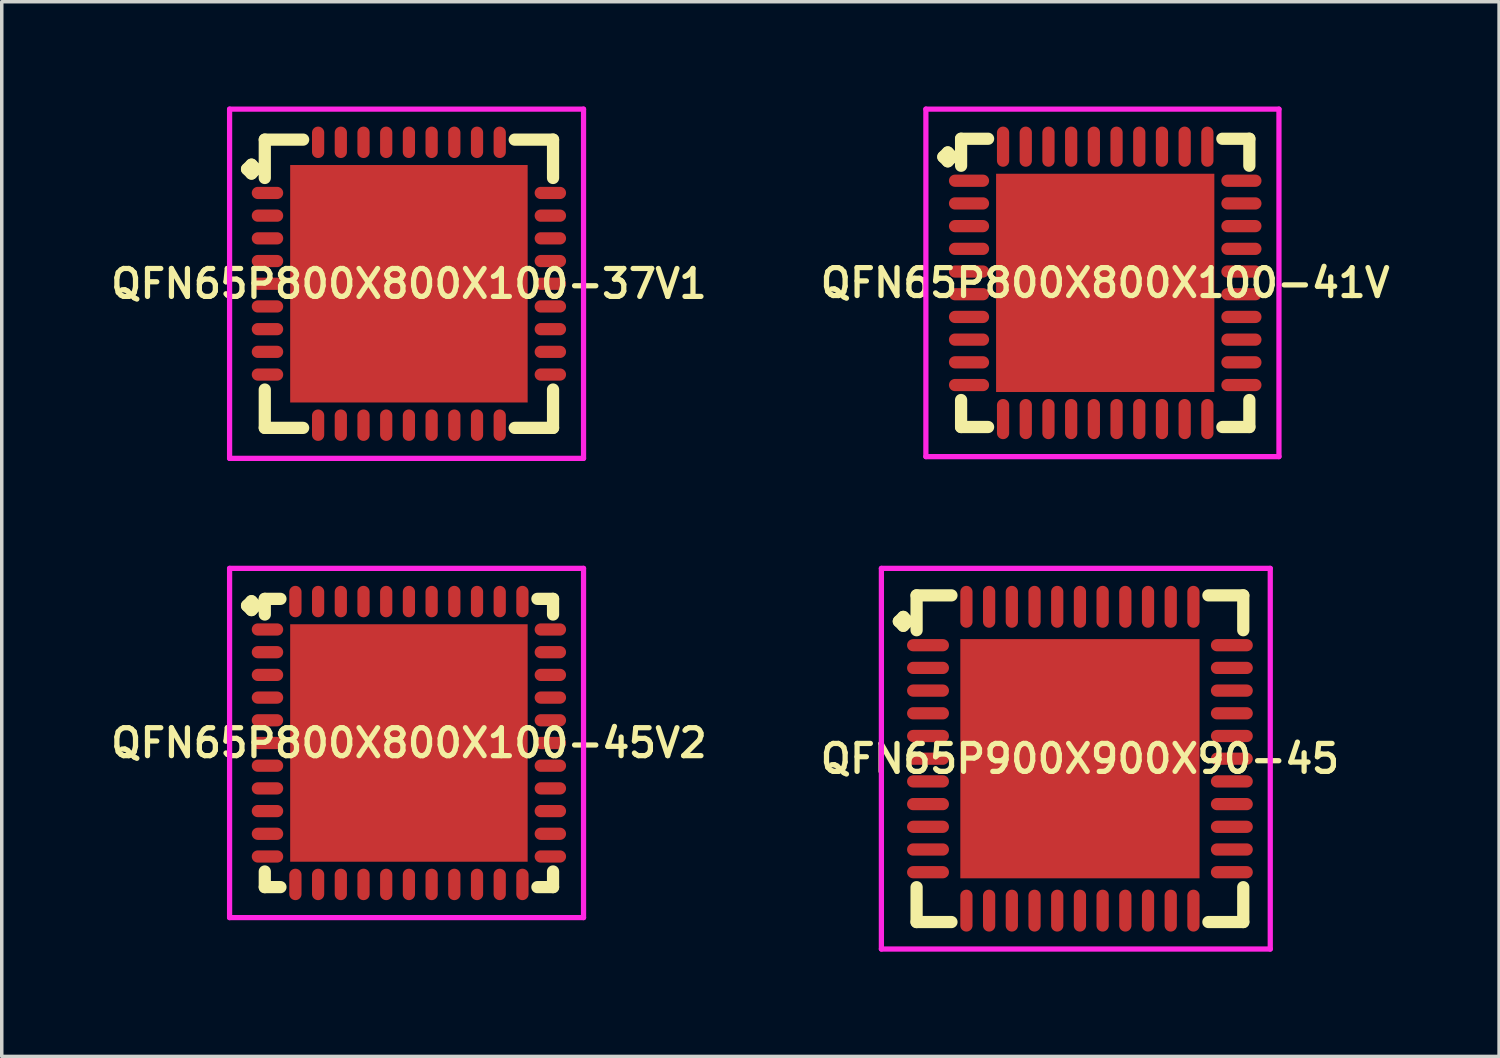
<source format=kicad_pcb>
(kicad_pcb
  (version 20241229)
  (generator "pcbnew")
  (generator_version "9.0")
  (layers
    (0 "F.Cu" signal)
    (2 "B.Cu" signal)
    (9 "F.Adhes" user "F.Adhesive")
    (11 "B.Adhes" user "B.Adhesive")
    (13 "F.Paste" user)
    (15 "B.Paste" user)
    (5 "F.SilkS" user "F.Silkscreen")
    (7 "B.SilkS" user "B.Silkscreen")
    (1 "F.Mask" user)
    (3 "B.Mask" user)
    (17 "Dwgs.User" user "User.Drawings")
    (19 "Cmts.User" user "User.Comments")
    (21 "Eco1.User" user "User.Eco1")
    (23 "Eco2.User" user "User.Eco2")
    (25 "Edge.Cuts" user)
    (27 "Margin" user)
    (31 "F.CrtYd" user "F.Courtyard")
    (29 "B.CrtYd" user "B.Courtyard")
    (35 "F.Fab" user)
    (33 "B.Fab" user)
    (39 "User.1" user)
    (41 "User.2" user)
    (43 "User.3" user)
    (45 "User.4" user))
  (footprint "QFN65P800X800X100-41V"
    (layer "F.Cu")
    (at 28.597 5.05)
    (property "Reference" "QFN65P800X800X100-41V" (at 0 0 0) (layer "F.SilkS") (effects (font (size 0.8 0.8) (thickness 0.15))))
    (attr through_hole)
    (fp_line (start -4.635 -3.608) (end -4.508 -3.735) (stroke (width 0.35) (type solid)) (layer "F.SilkS"))
    (fp_line (start -4.508 -3.735) (end -4.381 -3.608) (stroke (width 0.35) (type solid)) (layer "F.SilkS"))
    (fp_line (start -4.508 -3.481) (end -4.635 -3.608) (stroke (width 0.35) (type solid)) (layer "F.SilkS"))
    (fp_line (start -4.381 -3.608) (end -4.508 -3.481) (stroke (width 0.35) (type solid)) (layer "F.SilkS"))
    (fp_line (start -4.127 -4.127) (end -3.354 -4.127) (stroke (width 0.35) (type solid)) (layer "F.SilkS"))
    (fp_line (start -4.127 -3.354) (end -4.127 -4.127) (stroke (width 0.35) (type solid)) (layer "F.SilkS"))
    (fp_line (start -4.127 3.354) (end -4.127 4.127) (stroke (width 0.35) (type solid)) (layer "F.SilkS"))
    (fp_line (start -4.127 4.127) (end -3.354 4.127) (stroke (width 0.35) (type solid)) (layer "F.SilkS"))
    (fp_line (start 3.354 -4.127) (end 4.127 -4.127) (stroke (width 0.35) (type solid)) (layer "F.SilkS"))
    (fp_line (start 3.354 4.127) (end 4.127 4.127) (stroke (width 0.35) (type solid)) (layer "F.SilkS"))
    (fp_line (start 4.127 -4.127) (end 4.127 -3.354) (stroke (width 0.35) (type solid)) (layer "F.SilkS"))
    (fp_line (start 4.127 4.127) (end 4.127 3.354) (stroke (width 0.35) (type solid)) (layer "F.SilkS"))
    (fp_line (start -5.135 -4.975) (end 4.975 -4.975) (stroke (width 0.15) (type solid)) (layer "F.CrtYd"))
    (fp_line (start -5.135 4.975) (end -5.135 -4.975) (stroke (width 0.15) (type solid)) (layer "F.CrtYd"))
    (fp_line (start 4.975 -4.975) (end 4.975 4.975) (stroke (width 0.15) (type solid)) (layer "F.CrtYd"))
    (fp_line (start 4.975 4.975) (end -5.135 4.975) (stroke (width 0.15) (type solid)) (layer "F.CrtYd"))
    (pad "1" smd oval (at -3.9 -2.925) (size 1.15 0.35) (layers "F.Cu" "F.Mask" "F.Paste"))
    (pad "2" smd oval (at -3.9 -2.275) (size 1.15 0.35) (layers "F.Cu" "F.Mask" "F.Paste"))
    (pad "3" smd oval (at -3.9 -1.625) (size 1.15 0.35) (layers "F.Cu" "F.Mask" "F.Paste"))
    (pad "4" smd oval (at -3.9 -0.975) (size 1.15 0.35) (layers "F.Cu" "F.Mask" "F.Paste"))
    (pad "5" smd oval (at -3.9 -0.325) (size 1.15 0.35) (layers "F.Cu" "F.Mask" "F.Paste"))
    (pad "6" smd oval (at -3.9 0.325) (size 1.15 0.35) (layers "F.Cu" "F.Mask" "F.Paste"))
    (pad "7" smd oval (at -3.9 0.975) (size 1.15 0.35) (layers "F.Cu" "F.Mask" "F.Paste"))
    (pad "8" smd oval (at -3.9 1.625) (size 1.15 0.35) (layers "F.Cu" "F.Mask" "F.Paste"))
    (pad "9" smd oval (at -3.9 2.275) (size 1.15 0.35) (layers "F.Cu" "F.Mask" "F.Paste"))
    (pad "10" smd oval (at -3.9 2.925) (size 1.15 0.35) (layers "F.Cu" "F.Mask" "F.Paste"))
    (pad "11" smd oval (at -2.925 3.9) (size 0.35 1.15) (layers "F.Cu" "F.Mask" "F.Paste"))
    (pad "12" smd oval (at -2.275 3.9) (size 0.35 1.15) (layers "F.Cu" "F.Mask" "F.Paste"))
    (pad "13" smd oval (at -1.625 3.9) (size 0.35 1.15) (layers "F.Cu" "F.Mask" "F.Paste"))
    (pad "14" smd oval (at -0.975 3.9) (size 0.35 1.15) (layers "F.Cu" "F.Mask" "F.Paste"))
    (pad "15" smd oval (at -0.325 3.9) (size 0.35 1.15) (layers "F.Cu" "F.Mask" "F.Paste"))
    (pad "16" smd oval (at 0.325 3.9) (size 0.35 1.15) (layers "F.Cu" "F.Mask" "F.Paste"))
    (pad "17" smd oval (at 0.975 3.9) (size 0.35 1.15) (layers "F.Cu" "F.Mask" "F.Paste"))
    (pad "18" smd oval (at 1.625 3.9) (size 0.35 1.15) (layers "F.Cu" "F.Mask" "F.Paste"))
    (pad "19" smd oval (at 2.275 3.9) (size 0.35 1.15) (layers "F.Cu" "F.Mask" "F.Paste"))
    (pad "20" smd oval (at 2.925 3.9) (size 0.35 1.15) (layers "F.Cu" "F.Mask" "F.Paste"))
    (pad "21" smd oval (at 3.9 2.925) (size 1.15 0.35) (layers "F.Cu" "F.Mask" "F.Paste"))
    (pad "22" smd oval (at 3.9 2.275) (size 1.15 0.35) (layers "F.Cu" "F.Mask" "F.Paste"))
    (pad "23" smd oval (at 3.9 1.625) (size 1.15 0.35) (layers "F.Cu" "F.Mask" "F.Paste"))
    (pad "24" smd oval (at 3.9 0.975) (size 1.15 0.35) (layers "F.Cu" "F.Mask" "F.Paste"))
    (pad "25" smd oval (at 3.9 0.325) (size 1.15 0.35) (layers "F.Cu" "F.Mask" "F.Paste"))
    (pad "26" smd oval (at 3.9 -0.325) (size 1.15 0.35) (layers "F.Cu" "F.Mask" "F.Paste"))
    (pad "27" smd oval (at 3.9 -0.975) (size 1.15 0.35) (layers "F.Cu" "F.Mask" "F.Paste"))
    (pad "28" smd oval (at 3.9 -1.625) (size 1.15 0.35) (layers "F.Cu" "F.Mask" "F.Paste"))
    (pad "29" smd oval (at 3.9 -2.275) (size 1.15 0.35) (layers "F.Cu" "F.Mask" "F.Paste"))
    (pad "30" smd oval (at 3.9 -2.925) (size 1.15 0.35) (layers "F.Cu" "F.Mask" "F.Paste"))
    (pad "31" smd oval (at 2.925 -3.9) (size 0.35 1.15) (layers "F.Cu" "F.Mask" "F.Paste"))
    (pad "32" smd oval (at 2.275 -3.9) (size 0.35 1.15) (layers "F.Cu" "F.Mask" "F.Paste"))
    (pad "33" smd oval (at 1.625 -3.9) (size 0.35 1.15) (layers "F.Cu" "F.Mask" "F.Paste"))
    (pad "34" smd oval (at 0.975 -3.9) (size 0.35 1.15) (layers "F.Cu" "F.Mask" "F.Paste"))
    (pad "35" smd oval (at 0.325 -3.9) (size 0.35 1.15) (layers "F.Cu" "F.Mask" "F.Paste"))
    (pad "36" smd oval (at -0.325 -3.9) (size 0.35 1.15) (layers "F.Cu" "F.Mask" "F.Paste"))
    (pad "37" smd oval (at -0.975 -3.9) (size 0.35 1.15) (layers "F.Cu" "F.Mask" "F.Paste"))
    (pad "38" smd oval (at -1.625 -3.9) (size 0.35 1.15) (layers "F.Cu" "F.Mask" "F.Paste"))
    (pad "39" smd oval (at -2.275 -3.9) (size 0.35 1.15) (layers "F.Cu" "F.Mask" "F.Paste"))
    (pad "40" smd oval (at -2.925 -3.9) (size 0.35 1.15) (layers "F.Cu" "F.Mask" "F.Paste"))
    (pad "41" smd rect (at 0 0) (size 6.25 6.25) (layers "F.Cu" "F.Mask" "F.Paste")))
  (footprint "QFN65P800X800X100-45V2"
    (layer "F.Cu")
    (at 8.659 18.225)
    (property "Reference" "QFN65P800X800X100-45V2" (at 0 0 0) (layer "F.SilkS") (effects (font (size 0.8 0.8) (thickness 0.15))))
    (attr smd)
    (fp_line (start -4.635 -3.933) (end -4.508 -4.06) (stroke (width 0.35) (type solid)) (layer "F.SilkS"))
    (fp_line (start -4.508 -4.06) (end -4.381 -3.933) (stroke (width 0.35) (type solid)) (layer "F.SilkS"))
    (fp_line (start -4.508 -3.806) (end -4.635 -3.933) (stroke (width 0.35) (type solid)) (layer "F.SilkS"))
    (fp_line (start -4.381 -3.933) (end -4.508 -3.806) (stroke (width 0.35) (type solid)) (layer "F.SilkS"))
    (fp_line (start -4.127 -4.127) (end -3.679 -4.127) (stroke (width 0.35) (type solid)) (layer "F.SilkS"))
    (fp_line (start -4.127 -3.679) (end -4.127 -4.127) (stroke (width 0.35) (type solid)) (layer "F.SilkS"))
    (fp_line (start -4.127 3.679) (end -4.127 4.127) (stroke (width 0.35) (type solid)) (layer "F.SilkS"))
    (fp_line (start -4.127 4.127) (end -3.679 4.127) (stroke (width 0.35) (type solid)) (layer "F.SilkS"))
    (fp_line (start 3.679 -4.127) (end 4.127 -4.127) (stroke (width 0.35) (type solid)) (layer "F.SilkS"))
    (fp_line (start 3.679 4.127) (end 4.127 4.127) (stroke (width 0.35) (type solid)) (layer "F.SilkS"))
    (fp_line (start 4.127 -4.127) (end 4.127 -3.679) (stroke (width 0.35) (type solid)) (layer "F.SilkS"))
    (fp_line (start 4.127 4.127) (end 4.127 3.679) (stroke (width 0.35) (type solid)) (layer "F.SilkS"))
    (fp_line (start -5.135 -5) (end 5 -5) (stroke (width 0.15) (type solid)) (layer "F.CrtYd"))
    (fp_line (start -5.135 5) (end -5.135 -5) (stroke (width 0.15) (type solid)) (layer "F.CrtYd"))
    (fp_line (start 5 -5) (end 5 5) (stroke (width 0.15) (type solid)) (layer "F.CrtYd"))
    (fp_line (start 5 5) (end -5.135 5) (stroke (width 0.15) (type solid)) (layer "F.CrtYd"))
    (pad "1" smd oval (at -4.05 -3.25) (size 0.9 0.35) (layers "F.Cu" "F.Mask" "F.Paste"))
    (pad "2" smd oval (at -4.05 -2.6) (size 0.9 0.35) (layers "F.Cu" "F.Mask" "F.Paste"))
    (pad "3" smd oval (at -4.05 -1.95) (size 0.9 0.35) (layers "F.Cu" "F.Mask" "F.Paste"))
    (pad "4" smd oval (at -4.05 -1.3) (size 0.9 0.35) (layers "F.Cu" "F.Mask" "F.Paste"))
    (pad "5" smd oval (at -4.05 -0.65) (size 0.9 0.35) (layers "F.Cu" "F.Mask" "F.Paste"))
    (pad "6" smd oval (at -4.05 0) (size 0.9 0.35) (layers "F.Cu" "F.Mask" "F.Paste"))
    (pad "7" smd oval (at -4.05 0.65) (size 0.9 0.35) (layers "F.Cu" "F.Mask" "F.Paste"))
    (pad "8" smd oval (at -4.05 1.3) (size 0.9 0.35) (layers "F.Cu" "F.Mask" "F.Paste"))
    (pad "9" smd oval (at -4.05 1.95) (size 0.9 0.35) (layers "F.Cu" "F.Mask" "F.Paste"))
    (pad "10" smd oval (at -4.05 2.6) (size 0.9 0.35) (layers "F.Cu" "F.Mask" "F.Paste"))
    (pad "11" smd oval (at -4.05 3.25) (size 0.9 0.35) (layers "F.Cu" "F.Mask" "F.Paste"))
    (pad "12" smd oval (at -3.25 4.05) (size 0.35 0.9) (layers "F.Cu" "F.Mask" "F.Paste"))
    (pad "13" smd oval (at -2.6 4.05) (size 0.35 0.9) (layers "F.Cu" "F.Mask" "F.Paste"))
    (pad "14" smd oval (at -1.95 4.05) (size 0.35 0.9) (layers "F.Cu" "F.Mask" "F.Paste"))
    (pad "15" smd oval (at -1.3 4.05) (size 0.35 0.9) (layers "F.Cu" "F.Mask" "F.Paste"))
    (pad "16" smd oval (at -0.65 4.05) (size 0.35 0.9) (layers "F.Cu" "F.Mask" "F.Paste"))
    (pad "17" smd oval (at 0 4.05) (size 0.35 0.9) (layers "F.Cu" "F.Mask" "F.Paste"))
    (pad "18" smd oval (at 0.65 4.05) (size 0.35 0.9) (layers "F.Cu" "F.Mask" "F.Paste"))
    (pad "19" smd oval (at 1.3 4.05) (size 0.35 0.9) (layers "F.Cu" "F.Mask" "F.Paste"))
    (pad "20" smd oval (at 1.95 4.05) (size 0.35 0.9) (layers "F.Cu" "F.Mask" "F.Paste"))
    (pad "21" smd oval (at 2.6 4.05) (size 0.35 0.9) (layers "F.Cu" "F.Mask" "F.Paste"))
    (pad "22" smd oval (at 3.25 4.05) (size 0.35 0.9) (layers "F.Cu" "F.Mask" "F.Paste"))
    (pad "23" smd oval (at 4.05 3.25) (size 0.9 0.35) (layers "F.Cu" "F.Mask" "F.Paste"))
    (pad "24" smd oval (at 4.05 2.6) (size 0.9 0.35) (layers "F.Cu" "F.Mask" "F.Paste"))
    (pad "25" smd oval (at 4.05 1.95) (size 0.9 0.35) (layers "F.Cu" "F.Mask" "F.Paste"))
    (pad "26" smd oval (at 4.05 1.3) (size 0.9 0.35) (layers "F.Cu" "F.Mask" "F.Paste"))
    (pad "27" smd oval (at 4.05 0.65) (size 0.9 0.35) (layers "F.Cu" "F.Mask" "F.Paste"))
    (pad "28" smd oval (at 4.05 0) (size 0.9 0.35) (layers "F.Cu" "F.Mask" "F.Paste"))
    (pad "29" smd oval (at 4.05 -0.65) (size 0.9 0.35) (layers "F.Cu" "F.Mask" "F.Paste"))
    (pad "30" smd oval (at 4.05 -1.3) (size 0.9 0.35) (layers "F.Cu" "F.Mask" "F.Paste"))
    (pad "31" smd oval (at 4.05 -1.95) (size 0.9 0.35) (layers "F.Cu" "F.Mask" "F.Paste"))
    (pad "32" smd oval (at 4.05 -2.6) (size 0.9 0.35) (layers "F.Cu" "F.Mask" "F.Paste"))
    (pad "33" smd oval (at 4.05 -3.25) (size 0.9 0.35) (layers "F.Cu" "F.Mask" "F.Paste"))
    (pad "34" smd oval (at 3.25 -4.05) (size 0.35 0.9) (layers "F.Cu" "F.Mask" "F.Paste"))
    (pad "35" smd oval (at 2.6 -4.05) (size 0.35 0.9) (layers "F.Cu" "F.Mask" "F.Paste"))
    (pad "36" smd oval (at 1.95 -4.05) (size 0.35 0.9) (layers "F.Cu" "F.Mask" "F.Paste"))
    (pad "37" smd oval (at 1.3 -4.05) (size 0.35 0.9) (layers "F.Cu" "F.Mask" "F.Paste"))
    (pad "38" smd oval (at 0.65 -4.05) (size 0.35 0.9) (layers "F.Cu" "F.Mask" "F.Paste"))
    (pad "39" smd oval (at 0 -4.05) (size 0.35 0.9) (layers "F.Cu" "F.Mask" "F.Paste"))
    (pad "40" smd oval (at -0.65 -4.05) (size 0.35 0.9) (layers "F.Cu" "F.Mask" "F.Paste"))
    (pad "41" smd oval (at -1.3 -4.05) (size 0.35 0.9) (layers "F.Cu" "F.Mask" "F.Paste"))
    (pad "42" smd oval (at -1.95 -4.05) (size 0.35 0.9) (layers "F.Cu" "F.Mask" "F.Paste"))
    (pad "43" smd oval (at -2.6 -4.05) (size 0.35 0.9) (layers "F.Cu" "F.Mask" "F.Paste"))
    (pad "44" smd oval (at -3.25 -4.05) (size 0.35 0.9) (layers "F.Cu" "F.Mask" "F.Paste"))
    (pad "45" smd rect (at 0 0) (size 6.8 6.8) (layers "F.Cu" "F.Mask" "F.Paste")))
  (footprint "QFN65P900X900X90-45"
    (layer "F.Cu")
    (at 27.873 18.675)
    (property "Reference" "QFN65P900X900X90-45" (at 0 0 0) (layer "F.SilkS") (effects (font (size 0.8 0.8) (thickness 0.15))))
    (attr smd)
    (fp_line (start -5.185 -3.933) (end -5.058 -4.06) (stroke (width 0.35) (type solid)) (layer "F.SilkS"))
    (fp_line (start -5.058 -4.06) (end -4.931 -3.933) (stroke (width 0.35) (type solid)) (layer "F.SilkS"))
    (fp_line (start -5.058 -3.806) (end -5.185 -3.933) (stroke (width 0.35) (type solid)) (layer "F.SilkS"))
    (fp_line (start -4.931 -3.933) (end -5.058 -3.806) (stroke (width 0.35) (type solid)) (layer "F.SilkS"))
    (fp_line (start -4.677 -4.677) (end -3.679 -4.677) (stroke (width 0.35) (type solid)) (layer "F.SilkS"))
    (fp_line (start -4.677 -3.679) (end -4.677 -4.677) (stroke (width 0.35) (type solid)) (layer "F.SilkS"))
    (fp_line (start -4.677 3.679) (end -4.677 4.677) (stroke (width 0.35) (type solid)) (layer "F.SilkS"))
    (fp_line (start -4.677 4.677) (end -3.679 4.677) (stroke (width 0.35) (type solid)) (layer "F.SilkS"))
    (fp_line (start 3.679 -4.677) (end 4.677 -4.677) (stroke (width 0.35) (type solid)) (layer "F.SilkS"))
    (fp_line (start 3.679 4.677) (end 4.677 4.677) (stroke (width 0.35) (type solid)) (layer "F.SilkS"))
    (fp_line (start 4.677 -4.677) (end 4.677 -3.679) (stroke (width 0.35) (type solid)) (layer "F.SilkS"))
    (fp_line (start 4.677 4.677) (end 4.677 3.679) (stroke (width 0.35) (type solid)) (layer "F.SilkS"))
    (fp_line (start -5.685 -5.45) (end 5.45 -5.45) (stroke (width 0.15) (type solid)) (layer "F.CrtYd"))
    (fp_line (start -5.685 5.45) (end -5.685 -5.45) (stroke (width 0.15) (type solid)) (layer "F.CrtYd"))
    (fp_line (start 5.45 -5.45) (end 5.45 5.45) (stroke (width 0.15) (type solid)) (layer "F.CrtYd"))
    (fp_line (start 5.45 5.45) (end -5.685 5.45) (stroke (width 0.15) (type solid)) (layer "F.CrtYd"))
    (pad "1" smd oval (at -4.35 -3.25) (size 1.2 0.35) (layers "F.Cu" "F.Mask" "F.Paste"))
    (pad "2" smd oval (at -4.35 -2.6) (size 1.2 0.35) (layers "F.Cu" "F.Mask" "F.Paste"))
    (pad "3" smd oval (at -4.35 -1.95) (size 1.2 0.35) (layers "F.Cu" "F.Mask" "F.Paste"))
    (pad "4" smd oval (at -4.35 -1.3) (size 1.2 0.35) (layers "F.Cu" "F.Mask" "F.Paste"))
    (pad "5" smd oval (at -4.35 -0.65) (size 1.2 0.35) (layers "F.Cu" "F.Mask" "F.Paste"))
    (pad "6" smd oval (at -4.35 0) (size 1.2 0.35) (layers "F.Cu" "F.Mask" "F.Paste"))
    (pad "7" smd oval (at -4.35 0.65) (size 1.2 0.35) (layers "F.Cu" "F.Mask" "F.Paste"))
    (pad "8" smd oval (at -4.35 1.3) (size 1.2 0.35) (layers "F.Cu" "F.Mask" "F.Paste"))
    (pad "9" smd oval (at -4.35 1.95) (size 1.2 0.35) (layers "F.Cu" "F.Mask" "F.Paste"))
    (pad "10" smd oval (at -4.35 2.6) (size 1.2 0.35) (layers "F.Cu" "F.Mask" "F.Paste"))
    (pad "11" smd oval (at -4.35 3.25) (size 1.2 0.35) (layers "F.Cu" "F.Mask" "F.Paste"))
    (pad "12" smd oval (at -3.25 4.35) (size 0.35 1.2) (layers "F.Cu" "F.Mask" "F.Paste"))
    (pad "13" smd oval (at -2.6 4.35) (size 0.35 1.2) (layers "F.Cu" "F.Mask" "F.Paste"))
    (pad "14" smd oval (at -1.95 4.35) (size 0.35 1.2) (layers "F.Cu" "F.Mask" "F.Paste"))
    (pad "15" smd oval (at -1.3 4.35) (size 0.35 1.2) (layers "F.Cu" "F.Mask" "F.Paste"))
    (pad "16" smd oval (at -0.65 4.35) (size 0.35 1.2) (layers "F.Cu" "F.Mask" "F.Paste"))
    (pad "17" smd oval (at 0 4.35) (size 0.35 1.2) (layers "F.Cu" "F.Mask" "F.Paste"))
    (pad "18" smd oval (at 0.65 4.35) (size 0.35 1.2) (layers "F.Cu" "F.Mask" "F.Paste"))
    (pad "19" smd oval (at 1.3 4.35) (size 0.35 1.2) (layers "F.Cu" "F.Mask" "F.Paste"))
    (pad "20" smd oval (at 1.95 4.35) (size 0.35 1.2) (layers "F.Cu" "F.Mask" "F.Paste"))
    (pad "21" smd oval (at 2.6 4.35) (size 0.35 1.2) (layers "F.Cu" "F.Mask" "F.Paste"))
    (pad "22" smd oval (at 3.25 4.35) (size 0.35 1.2) (layers "F.Cu" "F.Mask" "F.Paste"))
    (pad "23" smd oval (at 4.35 3.25) (size 1.2 0.35) (layers "F.Cu" "F.Mask" "F.Paste"))
    (pad "24" smd oval (at 4.35 2.6) (size 1.2 0.35) (layers "F.Cu" "F.Mask" "F.Paste"))
    (pad "25" smd oval (at 4.35 1.95) (size 1.2 0.35) (layers "F.Cu" "F.Mask" "F.Paste"))
    (pad "26" smd oval (at 4.35 1.3) (size 1.2 0.35) (layers "F.Cu" "F.Mask" "F.Paste"))
    (pad "27" smd oval (at 4.35 0.65) (size 1.2 0.35) (layers "F.Cu" "F.Mask" "F.Paste"))
    (pad "28" smd oval (at 4.35 0) (size 1.2 0.35) (layers "F.Cu" "F.Mask" "F.Paste"))
    (pad "29" smd oval (at 4.35 -0.65) (size 1.2 0.35) (layers "F.Cu" "F.Mask" "F.Paste"))
    (pad "30" smd oval (at 4.35 -1.3) (size 1.2 0.35) (layers "F.Cu" "F.Mask" "F.Paste"))
    (pad "31" smd oval (at 4.35 -1.95) (size 1.2 0.35) (layers "F.Cu" "F.Mask" "F.Paste"))
    (pad "32" smd oval (at 4.35 -2.6) (size 1.2 0.35) (layers "F.Cu" "F.Mask" "F.Paste"))
    (pad "33" smd oval (at 4.35 -3.25) (size 1.2 0.35) (layers "F.Cu" "F.Mask" "F.Paste"))
    (pad "34" smd oval (at 3.25 -4.35) (size 0.35 1.2) (layers "F.Cu" "F.Mask" "F.Paste"))
    (pad "35" smd oval (at 2.6 -4.35) (size 0.35 1.2) (layers "F.Cu" "F.Mask" "F.Paste"))
    (pad "36" smd oval (at 1.95 -4.35) (size 0.35 1.2) (layers "F.Cu" "F.Mask" "F.Paste"))
    (pad "37" smd oval (at 1.3 -4.35) (size 0.35 1.2) (layers "F.Cu" "F.Mask" "F.Paste"))
    (pad "38" smd oval (at 0.65 -4.35) (size 0.35 1.2) (layers "F.Cu" "F.Mask" "F.Paste"))
    (pad "39" smd oval (at 0 -4.35) (size 0.35 1.2) (layers "F.Cu" "F.Mask" "F.Paste"))
    (pad "40" smd oval (at -0.65 -4.35) (size 0.35 1.2) (layers "F.Cu" "F.Mask" "F.Paste"))
    (pad "41" smd oval (at -1.3 -4.35) (size 0.35 1.2) (layers "F.Cu" "F.Mask" "F.Paste"))
    (pad "42" smd oval (at -1.95 -4.35) (size 0.35 1.2) (layers "F.Cu" "F.Mask" "F.Paste"))
    (pad "43" smd oval (at -2.6 -4.35) (size 0.35 1.2) (layers "F.Cu" "F.Mask" "F.Paste"))
    (pad "44" smd oval (at -3.25 -4.35) (size 0.35 1.2) (layers "F.Cu" "F.Mask" "F.Paste"))
    (pad "45" smd rect (at 0 0) (size 6.85 6.85) (layers "F.Cu" "F.Mask" "F.Paste")))
  (footprint "QFN65P800X800X100-37V1"
    (layer "F.Cu")
    (at 8.659 5.075)
    (property "Reference" "QFN65P800X800X100-37V1" (at 0 0 0) (layer "F.SilkS") (effects (font (size 0.8 0.8) (thickness 0.15))))
    (attr smd)
    (fp_line (start -4.635 -3.283) (end -4.508 -3.41) (stroke (width 0.35) (type solid)) (layer "F.SilkS"))
    (fp_line (start -4.508 -3.41) (end -4.381 -3.283) (stroke (width 0.35) (type solid)) (layer "F.SilkS"))
    (fp_line (start -4.508 -3.156) (end -4.635 -3.283) (stroke (width 0.35) (type solid)) (layer "F.SilkS"))
    (fp_line (start -4.381 -3.283) (end -4.508 -3.156) (stroke (width 0.35) (type solid)) (layer "F.SilkS"))
    (fp_line (start -4.127 -4.127) (end -3.029 -4.127) (stroke (width 0.35) (type solid)) (layer "F.SilkS"))
    (fp_line (start -4.127 -3.029) (end -4.127 -4.127) (stroke (width 0.35) (type solid)) (layer "F.SilkS"))
    (fp_line (start -4.127 3.029) (end -4.127 4.127) (stroke (width 0.35) (type solid)) (layer "F.SilkS"))
    (fp_line (start -4.127 4.127) (end -3.029 4.127) (stroke (width 0.35) (type solid)) (layer "F.SilkS"))
    (fp_line (start 3.029 -4.127) (end 4.127 -4.127) (stroke (width 0.35) (type solid)) (layer "F.SilkS"))
    (fp_line (start 3.029 4.127) (end 4.127 4.127) (stroke (width 0.35) (type solid)) (layer "F.SilkS"))
    (fp_line (start 4.127 -4.127) (end 4.127 -3.029) (stroke (width 0.35) (type solid)) (layer "F.SilkS"))
    (fp_line (start 4.127 4.127) (end 4.127 3.029) (stroke (width 0.35) (type solid)) (layer "F.SilkS"))
    (fp_line (start -5.135 -5) (end 5 -5) (stroke (width 0.15) (type solid)) (layer "F.CrtYd"))
    (fp_line (start -5.135 5) (end -5.135 -5) (stroke (width 0.15) (type solid)) (layer "F.CrtYd"))
    (fp_line (start 5 -5) (end 5 5) (stroke (width 0.15) (type solid)) (layer "F.CrtYd"))
    (fp_line (start 5 5) (end -5.135 5) (stroke (width 0.15) (type solid)) (layer "F.CrtYd"))
    (pad "1" smd oval (at -4.05 -2.6) (size 0.9 0.35) (layers "F.Cu" "F.Mask" "F.Paste"))
    (pad "2" smd oval (at -4.05 -1.95) (size 0.9 0.35) (layers "F.Cu" "F.Mask" "F.Paste"))
    (pad "3" smd oval (at -4.05 -1.3) (size 0.9 0.35) (layers "F.Cu" "F.Mask" "F.Paste"))
    (pad "4" smd oval (at -4.05 -0.65) (size 0.9 0.35) (layers "F.Cu" "F.Mask" "F.Paste"))
    (pad "5" smd oval (at -4.05 0) (size 0.9 0.35) (layers "F.Cu" "F.Mask" "F.Paste"))
    (pad "6" smd oval (at -4.05 0.65) (size 0.9 0.35) (layers "F.Cu" "F.Mask" "F.Paste"))
    (pad "7" smd oval (at -4.05 1.3) (size 0.9 0.35) (layers "F.Cu" "F.Mask" "F.Paste"))
    (pad "8" smd oval (at -4.05 1.95) (size 0.9 0.35) (layers "F.Cu" "F.Mask" "F.Paste"))
    (pad "9" smd oval (at -4.05 2.6) (size 0.9 0.35) (layers "F.Cu" "F.Mask" "F.Paste"))
    (pad "10" smd oval (at -2.6 4.05) (size 0.35 0.9) (layers "F.Cu" "F.Mask" "F.Paste"))
    (pad "11" smd oval (at -1.95 4.05) (size 0.35 0.9) (layers "F.Cu" "F.Mask" "F.Paste"))
    (pad "12" smd oval (at -1.3 4.05) (size 0.35 0.9) (layers "F.Cu" "F.Mask" "F.Paste"))
    (pad "13" smd oval (at -0.65 4.05) (size 0.35 0.9) (layers "F.Cu" "F.Mask" "F.Paste"))
    (pad "14" smd oval (at 0 4.05) (size 0.35 0.9) (layers "F.Cu" "F.Mask" "F.Paste"))
    (pad "15" smd oval (at 0.65 4.05) (size 0.35 0.9) (layers "F.Cu" "F.Mask" "F.Paste"))
    (pad "16" smd oval (at 1.3 4.05) (size 0.35 0.9) (layers "F.Cu" "F.Mask" "F.Paste"))
    (pad "17" smd oval (at 1.95 4.05) (size 0.35 0.9) (layers "F.Cu" "F.Mask" "F.Paste"))
    (pad "18" smd oval (at 2.6 4.05) (size 0.35 0.9) (layers "F.Cu" "F.Mask" "F.Paste"))
    (pad "19" smd oval (at 4.05 2.6) (size 0.9 0.35) (layers "F.Cu" "F.Mask" "F.Paste"))
    (pad "20" smd oval (at 4.05 1.95) (size 0.9 0.35) (layers "F.Cu" "F.Mask" "F.Paste"))
    (pad "21" smd oval (at 4.05 1.3) (size 0.9 0.35) (layers "F.Cu" "F.Mask" "F.Paste"))
    (pad "22" smd oval (at 4.05 0.65) (size 0.9 0.35) (layers "F.Cu" "F.Mask" "F.Paste"))
    (pad "23" smd oval (at 4.05 0) (size 0.9 0.35) (layers "F.Cu" "F.Mask" "F.Paste"))
    (pad "24" smd oval (at 4.05 -0.65) (size 0.9 0.35) (layers "F.Cu" "F.Mask" "F.Paste"))
    (pad "25" smd oval (at 4.05 -1.3) (size 0.9 0.35) (layers "F.Cu" "F.Mask" "F.Paste"))
    (pad "26" smd oval (at 4.05 -1.95) (size 0.9 0.35) (layers "F.Cu" "F.Mask" "F.Paste"))
    (pad "27" smd oval (at 4.05 -2.6) (size 0.9 0.35) (layers "F.Cu" "F.Mask" "F.Paste"))
    (pad "28" smd oval (at 2.6 -4.05) (size 0.35 0.9) (layers "F.Cu" "F.Mask" "F.Paste"))
    (pad "29" smd oval (at 1.95 -4.05) (size 0.35 0.9) (layers "F.Cu" "F.Mask" "F.Paste"))
    (pad "30" smd oval (at 1.3 -4.05) (size 0.35 0.9) (layers "F.Cu" "F.Mask" "F.Paste"))
    (pad "31" smd oval (at 0.65 -4.05) (size 0.35 0.9) (layers "F.Cu" "F.Mask" "F.Paste"))
    (pad "32" smd oval (at 0 -4.05) (size 0.35 0.9) (layers "F.Cu" "F.Mask" "F.Paste"))
    (pad "33" smd oval (at -0.65 -4.05) (size 0.35 0.9) (layers "F.Cu" "F.Mask" "F.Paste"))
    (pad "34" smd oval (at -1.3 -4.05) (size 0.35 0.9) (layers "F.Cu" "F.Mask" "F.Paste"))
    (pad "35" smd oval (at -1.95 -4.05) (size 0.35 0.9) (layers "F.Cu" "F.Mask" "F.Paste"))
    (pad "36" smd oval (at -2.6 -4.05) (size 0.35 0.9) (layers "F.Cu" "F.Mask" "F.Paste"))
    (pad "37" smd rect (at 0 0) (size 6.8 6.8) (layers "F.Cu" "F.Mask" "F.Paste")))
  (gr_rect
    (start -3 -3)
    (end 39.875 27.2)
    (stroke (width 0.1) (type default))
    (fill no)
    (layer "Edge.Cuts")))
</source>
